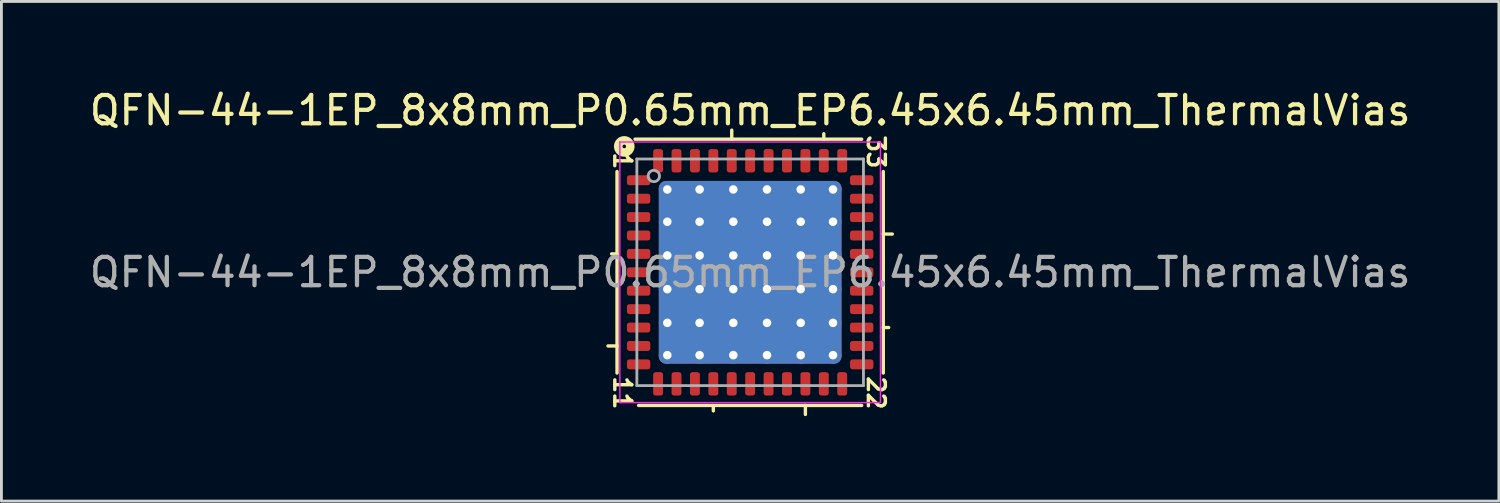
<source format=kicad_pcb>
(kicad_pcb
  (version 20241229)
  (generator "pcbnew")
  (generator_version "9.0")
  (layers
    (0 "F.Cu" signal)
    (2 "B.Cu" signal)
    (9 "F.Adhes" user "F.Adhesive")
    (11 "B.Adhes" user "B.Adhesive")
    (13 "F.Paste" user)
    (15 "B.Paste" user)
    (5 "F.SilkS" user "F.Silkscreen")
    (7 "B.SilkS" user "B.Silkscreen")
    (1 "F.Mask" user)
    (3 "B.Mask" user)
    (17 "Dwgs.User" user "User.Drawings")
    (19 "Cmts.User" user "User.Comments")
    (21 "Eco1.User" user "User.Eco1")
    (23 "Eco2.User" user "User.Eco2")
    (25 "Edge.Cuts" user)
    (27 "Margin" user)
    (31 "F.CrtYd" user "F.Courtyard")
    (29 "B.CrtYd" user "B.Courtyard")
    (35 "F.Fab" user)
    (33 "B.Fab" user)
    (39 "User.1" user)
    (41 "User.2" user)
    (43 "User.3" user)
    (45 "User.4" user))
  (footprint "QFN-44-1EP_8x8mm_P0.65mm_EP6.45x6.45mm_ThermalVias"
    (layer "F.Cu")
    (at 23.435 6.564)
    (property "Reference" "QFN-44-1EP_8x8mm_P0.65mm_EP6.45x6.45mm_ThermalVias" (at 0 -5.716 0) (layer "F.SilkS") (effects (font (size 1 1) (thickness 0.15))))
    (attr smd)
    (fp_line (start -4.7 -3.556) (end -4.7 3.556) (stroke (width 0.12) (type solid)) (layer "F.SilkS"))
    (fp_line (start -4.7 -0.65) (end -4.891 -0.65) (stroke (width 0.12) (type solid)) (layer "F.SilkS"))
    (fp_line (start -4.7 2.6) (end -5.018 2.6) (stroke (width 0.12) (type solid)) (layer "F.SilkS"))
    (fp_line (start -3.937 4.7) (end 3.937 4.7) (stroke (width 0.12) (type solid)) (layer "F.SilkS"))
    (fp_line (start -1.3 4.7) (end -1.3 4.891) (stroke (width 0.12) (type solid)) (layer "F.SilkS"))
    (fp_line (start -0.65 -4.7) (end -0.65 -5.018) (stroke (width 0.12) (type solid)) (layer "F.SilkS"))
    (fp_line (start 1.95 4.7) (end 1.95 5.018) (stroke (width 0.12) (type solid)) (layer "F.SilkS"))
    (fp_line (start 2.6 -4.7) (end 2.6 -4.891) (stroke (width 0.12) (type solid)) (layer "F.SilkS"))
    (fp_line (start 3.937 -4.7) (end -4.064 -4.7) (stroke (width 0.12) (type solid)) (layer "F.SilkS"))
    (fp_line (start 4.7 -1.35) (end 5.018 -1.35) (stroke (width 0.12) (type solid)) (layer "F.SilkS"))
    (fp_line (start 4.7 1.95) (end 4.891 1.95) (stroke (width 0.12) (type solid)) (layer "F.SilkS"))
    (fp_line (start 4.7 3.556) (end 4.7 -3.556) (stroke (width 0.12) (type solid)) (layer "F.SilkS"))
    (fp_circle (center -4.445 -4.445) (end -4.381 -4.445) (stroke (width 0.3) (type solid)) (fill no) (layer "F.SilkS"))
    (fp_line (start -4.6 -4.6) (end -4.6 4.6) (stroke (width 0.05) (type solid)) (layer "F.CrtYd"))
    (fp_line (start -4.6 4.6) (end 4.6 4.6) (stroke (width 0.05) (type solid)) (layer "F.CrtYd"))
    (fp_line (start 4.6 -4.6) (end -4.6 -4.6) (stroke (width 0.05) (type solid)) (layer "F.CrtYd"))
    (fp_line (start 4.6 4.6) (end 4.6 -4.6) (stroke (width 0.05) (type solid)) (layer "F.CrtYd"))
    (fp_line (start -4 -4) (end 4 -4) (stroke (width 0.1) (type solid)) (layer "F.Fab"))
    (fp_line (start -4 4) (end -4 -4) (stroke (width 0.1) (type solid)) (layer "F.Fab"))
    (fp_line (start 4 -4) (end 4 4) (stroke (width 0.1) (type solid)) (layer "F.Fab"))
    (fp_line (start 4 4) (end -4 4) (stroke (width 0.1) (type solid)) (layer "F.Fab"))
    (fp_circle (center -3.4 -3.4) (end -3.2 -3.4) (stroke (width 0.1) (type solid)) (fill no) (layer "F.Fab"))
    (fp_text user "33" (at 4.445 -4.255 270) (unlocked yes) (layer "F.SilkS") (effects (font (size 0.6 0.6) (thickness 0.12))))
    (fp_text user "22" (at 4.445 4.255 270) (unlocked yes) (layer "F.SilkS") (effects (font (size 0.6 0.6) (thickness 0.12))))
    (fp_text user "11" (at -4.508 4.255 270) (unlocked yes) (layer "F.SilkS") (effects (font (size 0.6 0.6) (thickness 0.12))))
    (fp_text user "1" (at -4.508 -3.937 270) (unlocked yes) (layer "F.SilkS") (effects (font (size 0.6 0.6) (thickness 0.12))))
    (fp_text user "${REFERENCE}" (at 0 0 0) (layer "F.Fab") (effects (font (size 1 1) (thickness 0.15))))
    (pad "" smd roundrect (at -2.38 -2.38) (size 0.999 0.999) (layers "F.Paste") (roundrect_rratio 0.25))
    (pad "" smd roundrect (at -2.38 -1.19) (size 0.999 0.999) (layers "F.Paste") (roundrect_rratio 0.25))
    (pad "" smd roundrect (at -2.38 0) (size 0.999 0.999) (layers "F.Paste") (roundrect_rratio 0.25))
    (pad "" smd roundrect (at -2.38 1.19) (size 0.999 0.999) (layers "F.Paste") (roundrect_rratio 0.25))
    (pad "" smd roundrect (at -2.38 2.38) (size 0.999 0.999) (layers "F.Paste") (roundrect_rratio 0.25))
    (pad "" smd roundrect (at -1.19 -2.38) (size 0.999 0.999) (layers "F.Paste") (roundrect_rratio 0.25))
    (pad "" smd roundrect (at -1.19 -1.19) (size 0.999 0.999) (layers "F.Paste") (roundrect_rratio 0.25))
    (pad "" smd roundrect (at -1.19 0) (size 0.999 0.999) (layers "F.Paste") (roundrect_rratio 0.25))
    (pad "" smd roundrect (at -1.19 1.19) (size 0.999 0.999) (layers "F.Paste") (roundrect_rratio 0.25))
    (pad "" smd roundrect (at -1.19 2.38) (size 0.999 0.999) (layers "F.Paste") (roundrect_rratio 0.25))
    (pad "" smd roundrect (at 0 -2.38) (size 0.999 0.999) (layers "F.Paste") (roundrect_rratio 0.25))
    (pad "" smd roundrect (at 0 -1.19) (size 0.999 0.999) (layers "F.Paste") (roundrect_rratio 0.25))
    (pad "" smd roundrect (at 0 0) (size 0.999 0.999) (layers "F.Paste") (roundrect_rratio 0.25))
    (pad "" smd roundrect (at 0 1.19) (size 0.999 0.999) (layers "F.Paste") (roundrect_rratio 0.25))
    (pad "" smd roundrect (at 0 2.38) (size 0.999 0.999) (layers "F.Paste") (roundrect_rratio 0.25))
    (pad "" smd roundrect (at 1.19 -2.38) (size 0.999 0.999) (layers "F.Paste") (roundrect_rratio 0.25))
    (pad "" smd roundrect (at 1.19 -1.19) (size 0.999 0.999) (layers "F.Paste") (roundrect_rratio 0.25))
    (pad "" smd roundrect (at 1.19 0) (size 0.999 0.999) (layers "F.Paste") (roundrect_rratio 0.25))
    (pad "" smd roundrect (at 1.19 1.19) (size 0.999 0.999) (layers "F.Paste") (roundrect_rratio 0.25))
    (pad "" smd roundrect (at 1.19 2.38) (size 0.999 0.999) (layers "F.Paste") (roundrect_rratio 0.25))
    (pad "" smd roundrect (at 2.38 -2.38) (size 0.999 0.999) (layers "F.Paste") (roundrect_rratio 0.25))
    (pad "" smd roundrect (at 2.38 -1.19) (size 0.999 0.999) (layers "F.Paste") (roundrect_rratio 0.25))
    (pad "" smd roundrect (at 2.38 0) (size 0.999 0.999) (layers "F.Paste") (roundrect_rratio 0.25))
    (pad "" smd roundrect (at 2.38 1.19) (size 0.999 0.999) (layers "F.Paste") (roundrect_rratio 0.25))
    (pad "" smd roundrect (at 2.38 2.38) (size 0.999 0.999) (layers "F.Paste") (roundrect_rratio 0.25))
    (pad "1" smd roundrect (at -3.938 -3.25) (size 0.825 0.35) (layers "F.Cu" "F.Mask" "F.Paste") (roundrect_rratio 0.25))
    (pad "2" smd roundrect (at -3.938 -2.6) (size 0.825 0.35) (layers "F.Cu" "F.Mask" "F.Paste") (roundrect_rratio 0.25))
    (pad "3" smd roundrect (at -3.938 -1.95) (size 0.825 0.35) (layers "F.Cu" "F.Mask" "F.Paste") (roundrect_rratio 0.25))
    (pad "4" smd roundrect (at -3.938 -1.3) (size 0.825 0.35) (layers "F.Cu" "F.Mask" "F.Paste") (roundrect_rratio 0.25))
    (pad "5" smd roundrect (at -3.938 -0.65) (size 0.825 0.35) (layers "F.Cu" "F.Mask" "F.Paste") (roundrect_rratio 0.25))
    (pad "6" smd roundrect (at -3.938 0) (size 0.825 0.35) (layers "F.Cu" "F.Mask" "F.Paste") (roundrect_rratio 0.25))
    (pad "7" smd roundrect (at -3.938 0.65) (size 0.825 0.35) (layers "F.Cu" "F.Mask" "F.Paste") (roundrect_rratio 0.25))
    (pad "8" smd roundrect (at -3.938 1.3) (size 0.825 0.35) (layers "F.Cu" "F.Mask" "F.Paste") (roundrect_rratio 0.25))
    (pad "9" smd roundrect (at -3.938 1.95) (size 0.825 0.35) (layers "F.Cu" "F.Mask" "F.Paste") (roundrect_rratio 0.25))
    (pad "10" smd roundrect (at -3.938 2.6) (size 0.825 0.35) (layers "F.Cu" "F.Mask" "F.Paste") (roundrect_rratio 0.25))
    (pad "11" smd roundrect (at -3.938 3.25) (size 0.825 0.35) (layers "F.Cu" "F.Mask" "F.Paste") (roundrect_rratio 0.25))
    (pad "12" smd roundrect (at -3.25 3.938) (size 0.35 0.825) (layers "F.Cu" "F.Mask" "F.Paste") (roundrect_rratio 0.25))
    (pad "13" smd roundrect (at -2.6 3.938) (size 0.35 0.825) (layers "F.Cu" "F.Mask" "F.Paste") (roundrect_rratio 0.25))
    (pad "14" smd roundrect (at -1.95 3.938) (size 0.35 0.825) (layers "F.Cu" "F.Mask" "F.Paste") (roundrect_rratio 0.25))
    (pad "15" smd roundrect (at -1.3 3.938) (size 0.35 0.825) (layers "F.Cu" "F.Mask" "F.Paste") (roundrect_rratio 0.25))
    (pad "16" smd roundrect (at -0.65 3.938) (size 0.35 0.825) (layers "F.Cu" "F.Mask" "F.Paste") (roundrect_rratio 0.25))
    (pad "17" smd roundrect (at 0 3.938) (size 0.35 0.825) (layers "F.Cu" "F.Mask" "F.Paste") (roundrect_rratio 0.25))
    (pad "18" smd roundrect (at 0.65 3.938) (size 0.35 0.825) (layers "F.Cu" "F.Mask" "F.Paste") (roundrect_rratio 0.25))
    (pad "19" smd roundrect (at 1.3 3.938) (size 0.35 0.825) (layers "F.Cu" "F.Mask" "F.Paste") (roundrect_rratio 0.25))
    (pad "20" smd roundrect (at 1.95 3.938) (size 0.35 0.825) (layers "F.Cu" "F.Mask" "F.Paste") (roundrect_rratio 0.25))
    (pad "21" smd roundrect (at 2.6 3.938) (size 0.35 0.825) (layers "F.Cu" "F.Mask" "F.Paste") (roundrect_rratio 0.25))
    (pad "22" smd roundrect (at 3.25 3.938) (size 0.35 0.825) (layers "F.Cu" "F.Mask" "F.Paste") (roundrect_rratio 0.25))
    (pad "23" smd roundrect (at 3.938 3.25) (size 0.825 0.35) (layers "F.Cu" "F.Mask" "F.Paste") (roundrect_rratio 0.25))
    (pad "24" smd roundrect (at 3.938 2.6) (size 0.825 0.35) (layers "F.Cu" "F.Mask" "F.Paste") (roundrect_rratio 0.25))
    (pad "25" smd roundrect (at 3.938 1.95) (size 0.825 0.35) (layers "F.Cu" "F.Mask" "F.Paste") (roundrect_rratio 0.25))
    (pad "26" smd roundrect (at 3.938 1.3) (size 0.825 0.35) (layers "F.Cu" "F.Mask" "F.Paste") (roundrect_rratio 0.25))
    (pad "27" smd roundrect (at 3.938 0.65) (size 0.825 0.35) (layers "F.Cu" "F.Mask" "F.Paste") (roundrect_rratio 0.25))
    (pad "28" smd roundrect (at 3.938 0) (size 0.825 0.35) (layers "F.Cu" "F.Mask" "F.Paste") (roundrect_rratio 0.25))
    (pad "29" smd roundrect (at 3.938 -0.65) (size 0.825 0.35) (layers "F.Cu" "F.Mask" "F.Paste") (roundrect_rratio 0.25))
    (pad "30" smd roundrect (at 3.938 -1.3) (size 0.825 0.35) (layers "F.Cu" "F.Mask" "F.Paste") (roundrect_rratio 0.25))
    (pad "31" smd roundrect (at 3.938 -1.95) (size 0.825 0.35) (layers "F.Cu" "F.Mask" "F.Paste") (roundrect_rratio 0.25))
    (pad "32" smd roundrect (at 3.938 -2.6) (size 0.825 0.35) (layers "F.Cu" "F.Mask" "F.Paste") (roundrect_rratio 0.25))
    (pad "33" smd roundrect (at 3.938 -3.25) (size 0.825 0.35) (layers "F.Cu" "F.Mask" "F.Paste") (roundrect_rratio 0.25))
    (pad "34" smd roundrect (at 3.25 -3.938) (size 0.35 0.825) (layers "F.Cu" "F.Mask" "F.Paste") (roundrect_rratio 0.25))
    (pad "35" smd roundrect (at 2.6 -3.938) (size 0.35 0.825) (layers "F.Cu" "F.Mask" "F.Paste") (roundrect_rratio 0.25))
    (pad "36" smd roundrect (at 1.95 -3.938) (size 0.35 0.825) (layers "F.Cu" "F.Mask" "F.Paste") (roundrect_rratio 0.25))
    (pad "37" smd roundrect (at 1.3 -3.938) (size 0.35 0.825) (layers "F.Cu" "F.Mask" "F.Paste") (roundrect_rratio 0.25))
    (pad "38" smd roundrect (at 0.65 -3.938) (size 0.35 0.825) (layers "F.Cu" "F.Mask" "F.Paste") (roundrect_rratio 0.25))
    (pad "39" smd roundrect (at 0 -3.938) (size 0.35 0.825) (layers "F.Cu" "F.Mask" "F.Paste") (roundrect_rratio 0.25))
    (pad "40" smd roundrect (at -0.65 -3.938) (size 0.35 0.825) (layers "F.Cu" "F.Mask" "F.Paste") (roundrect_rratio 0.25))
    (pad "41" smd roundrect (at -1.3 -3.938) (size 0.35 0.825) (layers "F.Cu" "F.Mask" "F.Paste") (roundrect_rratio 0.25))
    (pad "42" smd roundrect (at -1.95 -3.938) (size 0.35 0.825) (layers "F.Cu" "F.Mask" "F.Paste") (roundrect_rratio 0.25))
    (pad "43" smd roundrect (at -2.6 -3.938) (size 0.35 0.825) (layers "F.Cu" "F.Mask" "F.Paste") (roundrect_rratio 0.25))
    (pad "44" smd roundrect (at -3.25 -3.938) (size 0.35 0.825) (layers "F.Cu" "F.Mask" "F.Paste") (roundrect_rratio 0.25))
    (pad "45" thru_hole circle (at -2.925 -2.925) (size 0.6 0.6) (drill 0.3) (property pad_prop_heatsink) (layers "*.Cu"))
    (pad "45" thru_hole circle (at -2.925 -1.785) (size 0.6 0.6) (drill 0.3) (property pad_prop_heatsink) (layers "*.Cu"))
    (pad "45" thru_hole circle (at -2.925 -0.595) (size 0.6 0.6) (drill 0.3) (property pad_prop_heatsink) (layers "*.Cu"))
    (pad "45" thru_hole circle (at -2.925 0.595) (size 0.6 0.6) (drill 0.3) (property pad_prop_heatsink) (layers "*.Cu"))
    (pad "45" thru_hole circle (at -2.925 1.785) (size 0.6 0.6) (drill 0.3) (property pad_prop_heatsink) (layers "*.Cu"))
    (pad "45" thru_hole circle (at -2.925 2.925) (size 0.6 0.6) (drill 0.3) (property pad_prop_heatsink) (layers "*.Cu"))
    (pad "45" thru_hole circle (at -1.785 -2.925) (size 0.6 0.6) (drill 0.3) (property pad_prop_heatsink) (layers "*.Cu"))
    (pad "45" thru_hole circle (at -1.785 -1.785) (size 0.6 0.6) (drill 0.3) (property pad_prop_heatsink) (layers "*.Cu"))
    (pad "45" thru_hole circle (at -1.785 -0.595) (size 0.6 0.6) (drill 0.3) (property pad_prop_heatsink) (layers "*.Cu"))
    (pad "45" thru_hole circle (at -1.785 0.595) (size 0.6 0.6) (drill 0.3) (property pad_prop_heatsink) (layers "*.Cu"))
    (pad "45" thru_hole circle (at -1.785 1.785) (size 0.6 0.6) (drill 0.3) (property pad_prop_heatsink) (layers "*.Cu"))
    (pad "45" thru_hole circle (at -1.785 2.925) (size 0.6 0.6) (drill 0.3) (property pad_prop_heatsink) (layers "*.Cu"))
    (pad "45" thru_hole circle (at -0.595 -2.925) (size 0.6 0.6) (drill 0.3) (property pad_prop_heatsink) (layers "*.Cu"))
    (pad "45" thru_hole circle (at -0.595 -1.785) (size 0.6 0.6) (drill 0.3) (property pad_prop_heatsink) (layers "*.Cu"))
    (pad "45" thru_hole circle (at -0.595 -0.595) (size 0.6 0.6) (drill 0.3) (property pad_prop_heatsink) (layers "*.Cu"))
    (pad "45" thru_hole circle (at -0.595 0.595) (size 0.6 0.6) (drill 0.3) (property pad_prop_heatsink) (layers "*.Cu"))
    (pad "45" thru_hole circle (at -0.595 1.785) (size 0.6 0.6) (drill 0.3) (property pad_prop_heatsink) (layers "*.Cu"))
    (pad "45" thru_hole circle (at -0.595 2.925) (size 0.6 0.6) (drill 0.3) (property pad_prop_heatsink) (layers "*.Cu"))
    (pad "45" smd roundrect (at 0 0) (size 6.45 6.45) (layers "F.Cu" "F.Mask") (roundrect_rratio 0.039))
    (pad "45" smd roundrect (at 0 0) (size 6.45 6.45) (layers "B.Cu" "B.Mask") (roundrect_rratio 0.039))
    (pad "45" thru_hole circle (at 0.595 -2.925) (size 0.6 0.6) (drill 0.3) (property pad_prop_heatsink) (layers "*.Cu"))
    (pad "45" thru_hole circle (at 0.595 -1.785) (size 0.6 0.6) (drill 0.3) (property pad_prop_heatsink) (layers "*.Cu"))
    (pad "45" thru_hole circle (at 0.595 -0.595) (size 0.6 0.6) (drill 0.3) (property pad_prop_heatsink) (layers "*.Cu"))
    (pad "45" thru_hole circle (at 0.595 0.595) (size 0.6 0.6) (drill 0.3) (property pad_prop_heatsink) (layers "*.Cu"))
    (pad "45" thru_hole circle (at 0.595 1.785) (size 0.6 0.6) (drill 0.3) (property pad_prop_heatsink) (layers "*.Cu"))
    (pad "45" thru_hole circle (at 0.595 2.925) (size 0.6 0.6) (drill 0.3) (property pad_prop_heatsink) (layers "*.Cu"))
    (pad "45" thru_hole circle (at 1.785 -2.925) (size 0.6 0.6) (drill 0.3) (property pad_prop_heatsink) (layers "*.Cu"))
    (pad "45" thru_hole circle (at 1.785 -1.785) (size 0.6 0.6) (drill 0.3) (property pad_prop_heatsink) (layers "*.Cu"))
    (pad "45" thru_hole circle (at 1.785 -0.595) (size 0.6 0.6) (drill 0.3) (property pad_prop_heatsink) (layers "*.Cu"))
    (pad "45" thru_hole circle (at 1.785 0.595) (size 0.6 0.6) (drill 0.3) (property pad_prop_heatsink) (layers "*.Cu"))
    (pad "45" thru_hole circle (at 1.785 1.785) (size 0.6 0.6) (drill 0.3) (property pad_prop_heatsink) (layers "*.Cu"))
    (pad "45" thru_hole circle (at 1.785 2.925) (size 0.6 0.6) (drill 0.3) (property pad_prop_heatsink) (layers "*.Cu"))
    (pad "45" thru_hole circle (at 2.925 -2.925) (size 0.6 0.6) (drill 0.3) (property pad_prop_heatsink) (layers "*.Cu"))
    (pad "45" thru_hole circle (at 2.925 -1.785) (size 0.6 0.6) (drill 0.3) (property pad_prop_heatsink) (layers "*.Cu"))
    (pad "45" thru_hole circle (at 2.925 -0.595) (size 0.6 0.6) (drill 0.3) (property pad_prop_heatsink) (layers "*.Cu"))
    (pad "45" thru_hole circle (at 2.925 0.595) (size 0.6 0.6) (drill 0.3) (property pad_prop_heatsink) (layers "*.Cu"))
    (pad "45" thru_hole circle (at 2.925 1.785) (size 0.6 0.6) (drill 0.3) (property pad_prop_heatsink) (layers "*.Cu"))
    (pad "45" thru_hole circle (at 2.925 2.925) (size 0.6 0.6) (drill 0.3) (property pad_prop_heatsink) (layers "*.Cu")))
  (gr_rect
    (start -3 -3)
    (end 49.869 14.642)
    (stroke (width 0.1) (type default))
    (fill no)
    (layer "Edge.Cuts")))
</source>
